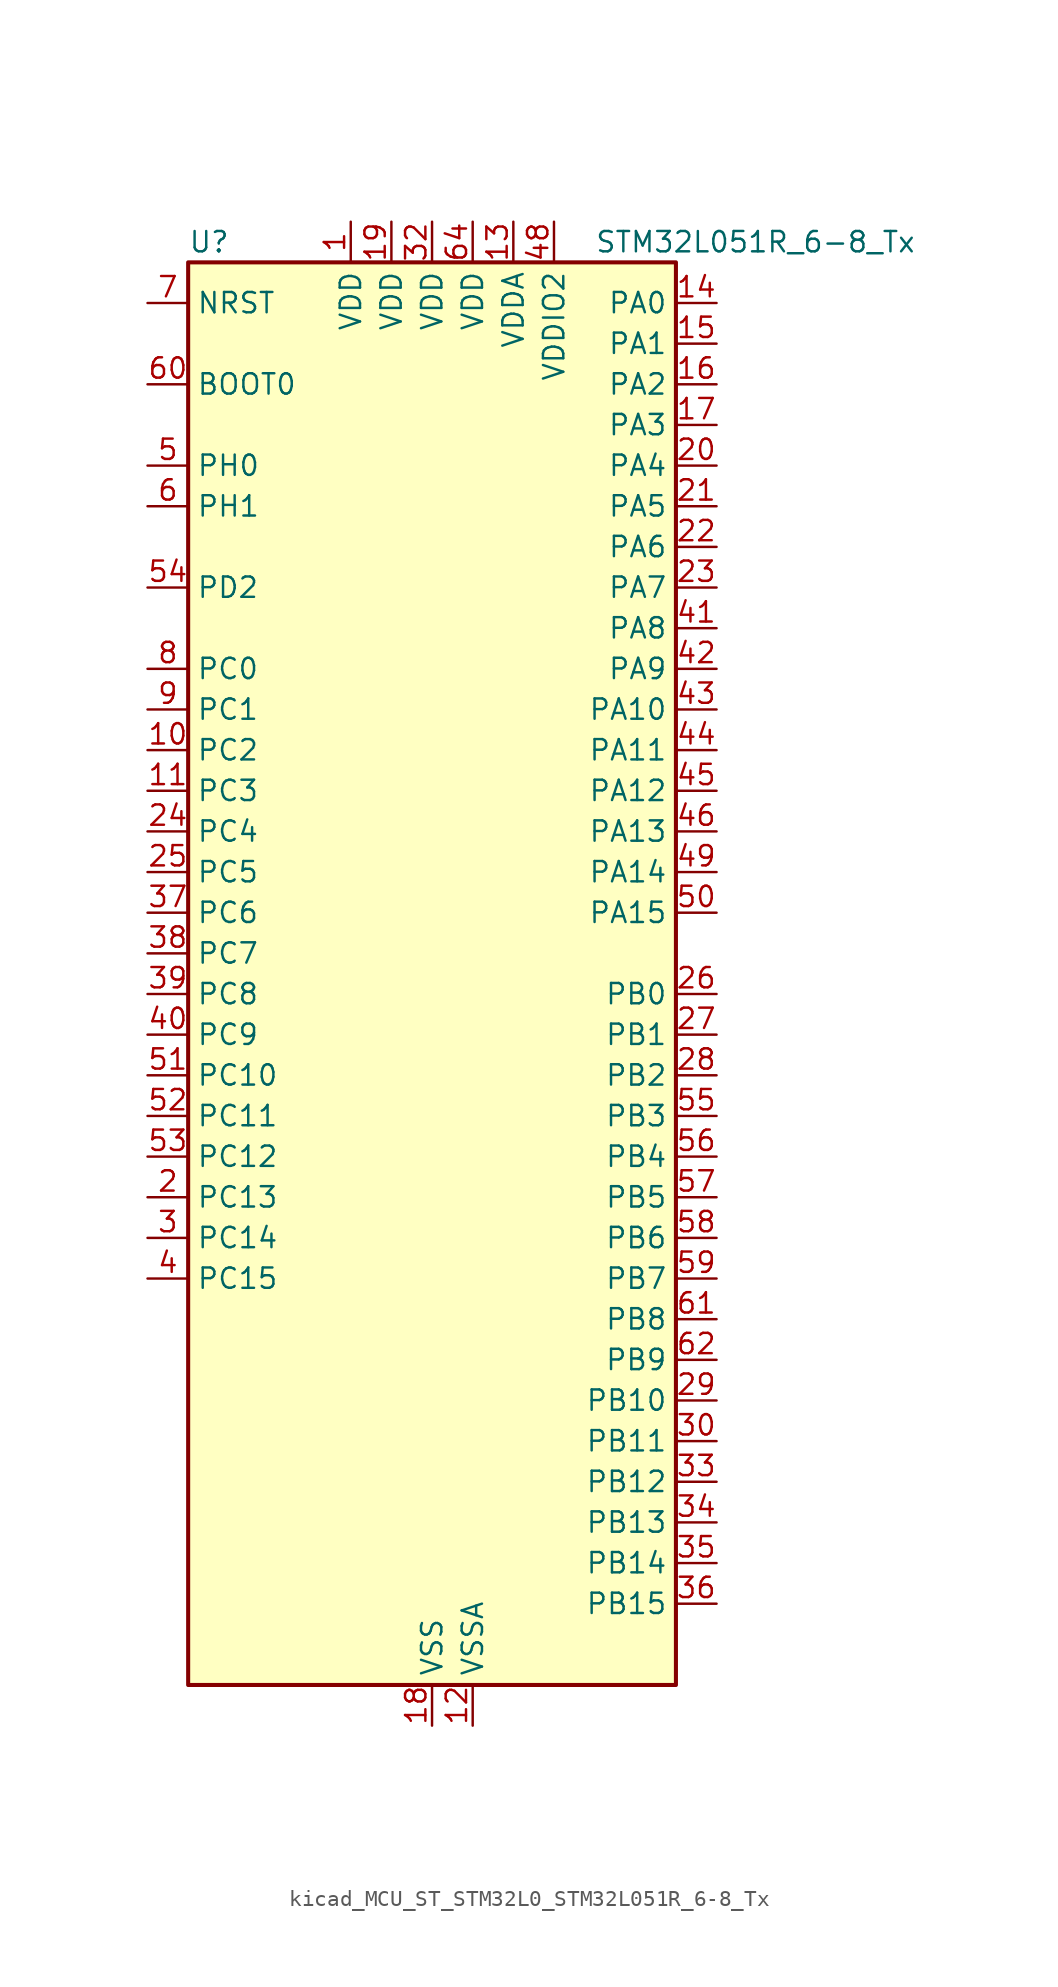
<source format=kicad_sym>
(kicad_symbol_lib
  (version 20220914)
  (generator kicad_symbol_editor)
  (symbol "kicad_MCU_ST_STM32L0_STM32L051R_6-8_Tx"
    (property "Reference" "U"
      (at -15.24 46.99 0)
      (effects (font (size 1.27 1.27)) (justify left)))
    (property "Value" "STM32L051R_6-8_Tx"
      (at 10.16 46.99 0)
      (effects (font (size 1.27 1.27)) (justify left)))
    (property "ki_locked" ""
      (at 0 0 0)
      (effects (font (size 1.27 1.27))))
    (symbol "kicad_MCU_ST_STM32L0_STM32L051R_6-8_Tx_0_1"
      (rectangle (start -15.24 -43.18) (end 15.24 45.72) (stroke (width 0.254) (type default)) (fill (type background))))
    (symbol "kicad_MCU_ST_STM32L0_STM32L051R_6-8_Tx_1_1"
      (pin power_in line (at -5.08 48.26 270) (length 2.54) (name "VDD" (effects (font (size 1.27 1.27)))) (number "1" (effects (font (size 1.27 1.27)))))
      (pin bidirectional line (at -17.78 15.24 0) (length 2.54) (name "PC2" (effects (font (size 1.27 1.27)))) (number "10" (effects (font (size 1.27 1.27)))) (alternate "ADC_IN12" bidirectional line) (alternate "I2S2_MCK" bidirectional line) (alternate "LPTIM1_IN2" bidirectional line) (alternate "SPI2_MISO" bidirectional line))
      (pin bidirectional line (at -17.78 12.7 0) (length 2.54) (name "PC3" (effects (font (size 1.27 1.27)))) (number "11" (effects (font (size 1.27 1.27)))) (alternate "ADC_IN13" bidirectional line) (alternate "I2S2_SD" bidirectional line) (alternate "LPTIM1_ETR" bidirectional line) (alternate "SPI2_MOSI" bidirectional line))
      (pin power_in line (at 2.54 -45.72 90) (length 2.54) (name "VSSA" (effects (font (size 1.27 1.27)))) (number "12" (effects (font (size 1.27 1.27)))))
      (pin power_in line (at 5.08 48.26 270) (length 2.54) (name "VDDA" (effects (font (size 1.27 1.27)))) (number "13" (effects (font (size 1.27 1.27)))))
      (pin bidirectional line (at 17.78 43.18 180) (length 2.54) (name "PA0" (effects (font (size 1.27 1.27)))) (number "14" (effects (font (size 1.27 1.27)))) (alternate "ADC_IN0" bidirectional line) (alternate "COMP1_INM" bidirectional line) (alternate "COMP1_OUT" bidirectional line) (alternate "RTC_TAMP2" bidirectional line) (alternate "SYS_WKUP1" bidirectional line) (alternate "TIM2_CH1" bidirectional line) (alternate "TIM2_ETR" bidirectional line) (alternate "USART2_CTS" bidirectional line))
      (pin bidirectional line (at 17.78 40.64 180) (length 2.54) (name "PA1" (effects (font (size 1.27 1.27)))) (number "15" (effects (font (size 1.27 1.27)))) (alternate "ADC_IN1" bidirectional line) (alternate "COMP1_INP" bidirectional line) (alternate "TIM21_ETR" bidirectional line) (alternate "TIM2_CH2" bidirectional line) (alternate "USART2_DE" bidirectional line) (alternate "USART2_RTS" bidirectional line))
      (pin bidirectional line (at 17.78 38.1 180) (length 2.54) (name "PA2" (effects (font (size 1.27 1.27)))) (number "16" (effects (font (size 1.27 1.27)))) (alternate "ADC_IN2" bidirectional line) (alternate "COMP2_INM" bidirectional line) (alternate "COMP2_OUT" bidirectional line) (alternate "TIM21_CH1" bidirectional line) (alternate "TIM2_CH3" bidirectional line) (alternate "USART2_TX" bidirectional line))
      (pin bidirectional line (at 17.78 35.56 180) (length 2.54) (name "PA3" (effects (font (size 1.27 1.27)))) (number "17" (effects (font (size 1.27 1.27)))) (alternate "ADC_IN3" bidirectional line) (alternate "COMP2_INP" bidirectional line) (alternate "TIM21_CH2" bidirectional line) (alternate "TIM2_CH4" bidirectional line) (alternate "USART2_RX" bidirectional line))
      (pin power_in line (at 0 -45.72 90) (length 2.54) (name "VSS" (effects (font (size 1.27 1.27)))) (number "18" (effects (font (size 1.27 1.27)))))
      (pin power_in line (at -2.54 48.26 270) (length 2.54) (name "VDD" (effects (font (size 1.27 1.27)))) (number "19" (effects (font (size 1.27 1.27)))))
      (pin bidirectional line (at -17.78 -12.7 0) (length 2.54) (name "PC13" (effects (font (size 1.27 1.27)))) (number "2" (effects (font (size 1.27 1.27)))) (alternate "RTC_OUT_ALARM" bidirectional line) (alternate "RTC_OUT_CALIB" bidirectional line) (alternate "RTC_TAMP1" bidirectional line) (alternate "RTC_TS" bidirectional line) (alternate "SYS_WKUP2" bidirectional line))
      (pin bidirectional line (at 17.78 33.02 180) (length 2.54) (name "PA4" (effects (font (size 1.27 1.27)))) (number "20" (effects (font (size 1.27 1.27)))) (alternate "ADC_IN4" bidirectional line) (alternate "COMP1_INM" bidirectional line) (alternate "COMP2_INM" bidirectional line) (alternate "SPI1_NSS" bidirectional line) (alternate "TIM22_ETR" bidirectional line) (alternate "USART2_CK" bidirectional line))
      (pin bidirectional line (at 17.78 30.48 180) (length 2.54) (name "PA5" (effects (font (size 1.27 1.27)))) (number "21" (effects (font (size 1.27 1.27)))) (alternate "ADC_IN5" bidirectional line) (alternate "COMP1_INM" bidirectional line) (alternate "COMP2_INM" bidirectional line) (alternate "SPI1_SCK" bidirectional line) (alternate "TIM2_CH1" bidirectional line) (alternate "TIM2_ETR" bidirectional line))
      (pin bidirectional line (at 17.78 27.94 180) (length 2.54) (name "PA6" (effects (font (size 1.27 1.27)))) (number "22" (effects (font (size 1.27 1.27)))) (alternate "ADC_IN6" bidirectional line) (alternate "COMP1_OUT" bidirectional line) (alternate "LPUART1_CTS" bidirectional line) (alternate "SPI1_MISO" bidirectional line) (alternate "TIM22_CH1" bidirectional line))
      (pin bidirectional line (at 17.78 25.4 180) (length 2.54) (name "PA7" (effects (font (size 1.27 1.27)))) (number "23" (effects (font (size 1.27 1.27)))) (alternate "ADC_IN7" bidirectional line) (alternate "COMP2_OUT" bidirectional line) (alternate "SPI1_MOSI" bidirectional line) (alternate "TIM22_CH2" bidirectional line))
      (pin bidirectional line (at -17.78 10.16 0) (length 2.54) (name "PC4" (effects (font (size 1.27 1.27)))) (number "24" (effects (font (size 1.27 1.27)))) (alternate "ADC_IN14" bidirectional line) (alternate "LPUART1_TX" bidirectional line))
      (pin bidirectional line (at -17.78 7.62 0) (length 2.54) (name "PC5" (effects (font (size 1.27 1.27)))) (number "25" (effects (font (size 1.27 1.27)))) (alternate "ADC_IN15" bidirectional line) (alternate "LPUART1_RX" bidirectional line))
      (pin bidirectional line (at 17.78 0 180) (length 2.54) (name "PB0" (effects (font (size 1.27 1.27)))) (number "26" (effects (font (size 1.27 1.27)))) (alternate "ADC_IN8" bidirectional line) (alternate "SYS_VREF_OUT_PB0" bidirectional line))
      (pin bidirectional line (at 17.78 -2.54 180) (length 2.54) (name "PB1" (effects (font (size 1.27 1.27)))) (number "27" (effects (font (size 1.27 1.27)))) (alternate "ADC_IN9" bidirectional line) (alternate "LPUART1_DE" bidirectional line) (alternate "LPUART1_RTS" bidirectional line) (alternate "SYS_VREF_OUT_PB1" bidirectional line))
      (pin bidirectional line (at 17.78 -5.08 180) (length 2.54) (name "PB2" (effects (font (size 1.27 1.27)))) (number "28" (effects (font (size 1.27 1.27)))) (alternate "LPTIM1_OUT" bidirectional line))
      (pin bidirectional line (at 17.78 -25.4 180) (length 2.54) (name "PB10" (effects (font (size 1.27 1.27)))) (number "29" (effects (font (size 1.27 1.27)))) (alternate "I2C2_SCL" bidirectional line) (alternate "LPUART1_TX" bidirectional line) (alternate "SPI2_SCK" bidirectional line) (alternate "TIM2_CH3" bidirectional line))
      (pin bidirectional line (at -17.78 -15.24 0) (length 2.54) (name "PC14" (effects (font (size 1.27 1.27)))) (number "3" (effects (font (size 1.27 1.27)))) (alternate "RCC_OSC32_IN" bidirectional line))
      (pin bidirectional line (at 17.78 -27.94 180) (length 2.54) (name "PB11" (effects (font (size 1.27 1.27)))) (number "30" (effects (font (size 1.27 1.27)))) (alternate "ADC_EXTI11" bidirectional line) (alternate "I2C2_SDA" bidirectional line) (alternate "LPUART1_RX" bidirectional line) (alternate "TIM2_CH4" bidirectional line))
      (pin passive line (at 0 -45.72 90) (length 2.54) hide (name "VSS" (effects (font (size 1.27 1.27)))) (number "31" (effects (font (size 1.27 1.27)))))
      (pin power_in line (at 0 48.26 270) (length 2.54) (name "VDD" (effects (font (size 1.27 1.27)))) (number "32" (effects (font (size 1.27 1.27)))))
      (pin bidirectional line (at 17.78 -30.48 180) (length 2.54) (name "PB12" (effects (font (size 1.27 1.27)))) (number "33" (effects (font (size 1.27 1.27)))) (alternate "I2S2_WS" bidirectional line) (alternate "LPUART1_DE" bidirectional line) (alternate "LPUART1_RTS" bidirectional line) (alternate "SPI2_NSS" bidirectional line))
      (pin bidirectional line (at 17.78 -33.02 180) (length 2.54) (name "PB13" (effects (font (size 1.27 1.27)))) (number "34" (effects (font (size 1.27 1.27)))) (alternate "I2C2_SCL" bidirectional line) (alternate "I2S2_CK" bidirectional line) (alternate "LPUART1_CTS" bidirectional line) (alternate "SPI2_SCK" bidirectional line) (alternate "TIM21_CH1" bidirectional line))
      (pin bidirectional line (at 17.78 -35.56 180) (length 2.54) (name "PB14" (effects (font (size 1.27 1.27)))) (number "35" (effects (font (size 1.27 1.27)))) (alternate "I2C2_SDA" bidirectional line) (alternate "I2S2_MCK" bidirectional line) (alternate "LPUART1_DE" bidirectional line) (alternate "LPUART1_RTS" bidirectional line) (alternate "RTC_OUT_ALARM" bidirectional line) (alternate "RTC_OUT_CALIB" bidirectional line) (alternate "SPI2_MISO" bidirectional line) (alternate "TIM21_CH2" bidirectional line))
      (pin bidirectional line (at 17.78 -38.1 180) (length 2.54) (name "PB15" (effects (font (size 1.27 1.27)))) (number "36" (effects (font (size 1.27 1.27)))) (alternate "I2S2_SD" bidirectional line) (alternate "RTC_REFIN" bidirectional line) (alternate "SPI2_MOSI" bidirectional line))
      (pin bidirectional line (at -17.78 5.08 0) (length 2.54) (name "PC6" (effects (font (size 1.27 1.27)))) (number "37" (effects (font (size 1.27 1.27)))) (alternate "TIM22_CH1" bidirectional line))
      (pin bidirectional line (at -17.78 2.54 0) (length 2.54) (name "PC7" (effects (font (size 1.27 1.27)))) (number "38" (effects (font (size 1.27 1.27)))) (alternate "TIM22_CH2" bidirectional line))
      (pin bidirectional line (at -17.78 0 0) (length 2.54) (name "PC8" (effects (font (size 1.27 1.27)))) (number "39" (effects (font (size 1.27 1.27)))) (alternate "TIM22_ETR" bidirectional line))
      (pin bidirectional line (at -17.78 -17.78 0) (length 2.54) (name "PC15" (effects (font (size 1.27 1.27)))) (number "4" (effects (font (size 1.27 1.27)))) (alternate "RCC_OSC32_OUT" bidirectional line))
      (pin bidirectional line (at -17.78 -2.54 0) (length 2.54) (name "PC9" (effects (font (size 1.27 1.27)))) (number "40" (effects (font (size 1.27 1.27)))) (alternate "TIM21_ETR" bidirectional line))
      (pin bidirectional line (at 17.78 22.86 180) (length 2.54) (name "PA8" (effects (font (size 1.27 1.27)))) (number "41" (effects (font (size 1.27 1.27)))) (alternate "RCC_MCO" bidirectional line) (alternate "USART1_CK" bidirectional line))
      (pin bidirectional line (at 17.78 20.32 180) (length 2.54) (name "PA9" (effects (font (size 1.27 1.27)))) (number "42" (effects (font (size 1.27 1.27)))) (alternate "RCC_MCO" bidirectional line) (alternate "USART1_TX" bidirectional line))
      (pin bidirectional line (at 17.78 17.78 180) (length 2.54) (name "PA10" (effects (font (size 1.27 1.27)))) (number "43" (effects (font (size 1.27 1.27)))) (alternate "USART1_RX" bidirectional line))
      (pin bidirectional line (at 17.78 15.24 180) (length 2.54) (name "PA11" (effects (font (size 1.27 1.27)))) (number "44" (effects (font (size 1.27 1.27)))) (alternate "ADC_EXTI11" bidirectional line) (alternate "COMP1_OUT" bidirectional line) (alternate "SPI1_MISO" bidirectional line) (alternate "USART1_CTS" bidirectional line))
      (pin bidirectional line (at 17.78 12.7 180) (length 2.54) (name "PA12" (effects (font (size 1.27 1.27)))) (number "45" (effects (font (size 1.27 1.27)))) (alternate "COMP2_OUT" bidirectional line) (alternate "SPI1_MOSI" bidirectional line) (alternate "USART1_DE" bidirectional line) (alternate "USART1_RTS" bidirectional line))
      (pin bidirectional line (at 17.78 10.16 180) (length 2.54) (name "PA13" (effects (font (size 1.27 1.27)))) (number "46" (effects (font (size 1.27 1.27)))) (alternate "SYS_SWDIO" bidirectional line))
      (pin passive line (at 0 -45.72 90) (length 2.54) hide (name "VSS" (effects (font (size 1.27 1.27)))) (number "47" (effects (font (size 1.27 1.27)))))
      (pin power_in line (at 7.62 48.26 270) (length 2.54) (name "VDDIO2" (effects (font (size 1.27 1.27)))) (number "48" (effects (font (size 1.27 1.27)))))
      (pin bidirectional line (at 17.78 7.62 180) (length 2.54) (name "PA14" (effects (font (size 1.27 1.27)))) (number "49" (effects (font (size 1.27 1.27)))) (alternate "SYS_SWCLK" bidirectional line) (alternate "USART2_TX" bidirectional line))
      (pin bidirectional line (at -17.78 33.02 0) (length 2.54) (name "PH0" (effects (font (size 1.27 1.27)))) (number "5" (effects (font (size 1.27 1.27)))) (alternate "RCC_OSC_IN" bidirectional line))
      (pin bidirectional line (at 17.78 5.08 180) (length 2.54) (name "PA15" (effects (font (size 1.27 1.27)))) (number "50" (effects (font (size 1.27 1.27)))) (alternate "SPI1_NSS" bidirectional line) (alternate "TIM2_CH1" bidirectional line) (alternate "TIM2_ETR" bidirectional line) (alternate "USART2_RX" bidirectional line))
      (pin bidirectional line (at -17.78 -5.08 0) (length 2.54) (name "PC10" (effects (font (size 1.27 1.27)))) (number "51" (effects (font (size 1.27 1.27)))) (alternate "LPUART1_TX" bidirectional line))
      (pin bidirectional line (at -17.78 -7.62 0) (length 2.54) (name "PC11" (effects (font (size 1.27 1.27)))) (number "52" (effects (font (size 1.27 1.27)))) (alternate "ADC_EXTI11" bidirectional line) (alternate "LPUART1_RX" bidirectional line))
      (pin bidirectional line (at -17.78 -10.16 0) (length 2.54) (name "PC12" (effects (font (size 1.27 1.27)))) (number "53" (effects (font (size 1.27 1.27)))))
      (pin bidirectional line (at -17.78 25.4 0) (length 2.54) (name "PD2" (effects (font (size 1.27 1.27)))) (number "54" (effects (font (size 1.27 1.27)))) (alternate "LPUART1_DE" bidirectional line) (alternate "LPUART1_RTS" bidirectional line))
      (pin bidirectional line (at 17.78 -7.62 180) (length 2.54) (name "PB3" (effects (font (size 1.27 1.27)))) (number "55" (effects (font (size 1.27 1.27)))) (alternate "COMP2_INM" bidirectional line) (alternate "SPI1_SCK" bidirectional line) (alternate "TIM2_CH2" bidirectional line))
      (pin bidirectional line (at 17.78 -10.16 180) (length 2.54) (name "PB4" (effects (font (size 1.27 1.27)))) (number "56" (effects (font (size 1.27 1.27)))) (alternate "COMP2_INP" bidirectional line) (alternate "SPI1_MISO" bidirectional line) (alternate "TIM22_CH1" bidirectional line))
      (pin bidirectional line (at 17.78 -12.7 180) (length 2.54) (name "PB5" (effects (font (size 1.27 1.27)))) (number "57" (effects (font (size 1.27 1.27)))) (alternate "COMP2_INP" bidirectional line) (alternate "I2C1_SMBA" bidirectional line) (alternate "LPTIM1_IN1" bidirectional line) (alternate "SPI1_MOSI" bidirectional line) (alternate "TIM22_CH2" bidirectional line))
      (pin bidirectional line (at 17.78 -15.24 180) (length 2.54) (name "PB6" (effects (font (size 1.27 1.27)))) (number "58" (effects (font (size 1.27 1.27)))) (alternate "COMP2_INP" bidirectional line) (alternate "I2C1_SCL" bidirectional line) (alternate "LPTIM1_ETR" bidirectional line) (alternate "USART1_TX" bidirectional line))
      (pin bidirectional line (at 17.78 -17.78 180) (length 2.54) (name "PB7" (effects (font (size 1.27 1.27)))) (number "59" (effects (font (size 1.27 1.27)))) (alternate "COMP2_INP" bidirectional line) (alternate "I2C1_SDA" bidirectional line) (alternate "LPTIM1_IN2" bidirectional line) (alternate "SYS_PVD_IN" bidirectional line) (alternate "USART1_RX" bidirectional line))
      (pin bidirectional line (at -17.78 30.48 0) (length 2.54) (name "PH1" (effects (font (size 1.27 1.27)))) (number "6" (effects (font (size 1.27 1.27)))) (alternate "RCC_OSC_OUT" bidirectional line))
      (pin input line (at -17.78 38.1 0) (length 2.54) (name "BOOT0" (effects (font (size 1.27 1.27)))) (number "60" (effects (font (size 1.27 1.27)))))
      (pin bidirectional line (at 17.78 -20.32 180) (length 2.54) (name "PB8" (effects (font (size 1.27 1.27)))) (number "61" (effects (font (size 1.27 1.27)))) (alternate "I2C1_SCL" bidirectional line))
      (pin bidirectional line (at 17.78 -22.86 180) (length 2.54) (name "PB9" (effects (font (size 1.27 1.27)))) (number "62" (effects (font (size 1.27 1.27)))) (alternate "I2C1_SDA" bidirectional line) (alternate "I2S2_WS" bidirectional line) (alternate "SPI2_NSS" bidirectional line))
      (pin passive line (at 0 -45.72 90) (length 2.54) hide (name "VSS" (effects (font (size 1.27 1.27)))) (number "63" (effects (font (size 1.27 1.27)))))
      (pin power_in line (at 2.54 48.26 270) (length 2.54) (name "VDD" (effects (font (size 1.27 1.27)))) (number "64" (effects (font (size 1.27 1.27)))))
      (pin input line (at -17.78 43.18 0) (length 2.54) (name "NRST" (effects (font (size 1.27 1.27)))) (number "7" (effects (font (size 1.27 1.27)))))
      (pin bidirectional line (at -17.78 20.32 0) (length 2.54) (name "PC0" (effects (font (size 1.27 1.27)))) (number "8" (effects (font (size 1.27 1.27)))) (alternate "ADC_IN10" bidirectional line) (alternate "LPTIM1_IN1" bidirectional line))
      (pin bidirectional line (at -17.78 17.78 0) (length 2.54) (name "PC1" (effects (font (size 1.27 1.27)))) (number "9" (effects (font (size 1.27 1.27)))) (alternate "ADC_IN11" bidirectional line) (alternate "LPTIM1_OUT" bidirectional line)))))
</source>
